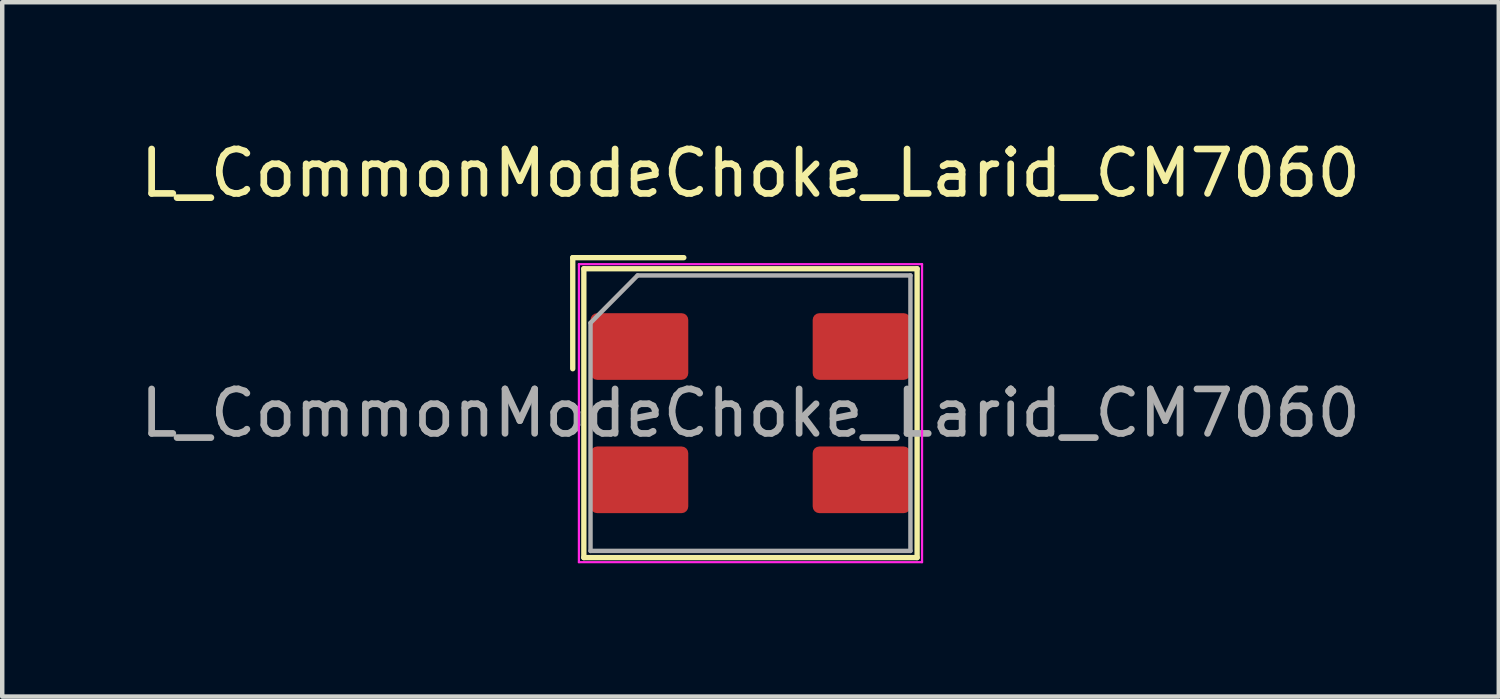
<source format=kicad_pcb>
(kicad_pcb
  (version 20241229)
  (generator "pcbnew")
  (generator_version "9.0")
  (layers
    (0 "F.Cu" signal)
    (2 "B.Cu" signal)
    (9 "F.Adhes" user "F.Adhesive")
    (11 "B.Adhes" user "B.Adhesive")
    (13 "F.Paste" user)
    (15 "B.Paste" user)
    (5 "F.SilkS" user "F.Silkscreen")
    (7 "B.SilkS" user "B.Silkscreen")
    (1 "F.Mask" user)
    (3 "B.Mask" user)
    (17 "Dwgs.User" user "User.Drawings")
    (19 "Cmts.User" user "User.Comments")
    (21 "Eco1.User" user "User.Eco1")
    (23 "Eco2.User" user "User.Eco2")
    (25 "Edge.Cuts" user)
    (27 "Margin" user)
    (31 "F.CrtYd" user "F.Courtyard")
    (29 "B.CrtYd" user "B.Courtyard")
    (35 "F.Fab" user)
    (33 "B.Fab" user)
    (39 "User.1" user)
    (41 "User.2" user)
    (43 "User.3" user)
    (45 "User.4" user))
  (footprint "L_CommonModeChoke_Larid_CM7060"
    (layer "F.Cu")
    (at 13.839 6.248)
    (property "Reference" "L_CommonModeChoke_Larid_CM7060" (at 0 -5.4 0) (layer "F.SilkS") (effects (font (size 1 1) (thickness 0.15))))
    (attr smd)
    (fp_line (start -4 -1) (end -4 -3.5) (stroke (width 0.12) (type solid)) (layer "F.SilkS"))
    (fp_line (start -3.75 3.25) (end -3.75 -3.25) (stroke (width 0.12) (type solid)) (layer "F.SilkS"))
    (fp_line (start -1.5 -3.5) (end -4 -3.5) (stroke (width 0.12) (type solid)) (layer "F.SilkS"))
    (fp_line (start 3.75 -3.25) (end -3.75 -3.25) (stroke (width 0.12) (type solid)) (layer "F.SilkS"))
    (fp_line (start 3.75 3.25) (end -3.75 3.25) (stroke (width 0.12) (type solid)) (layer "F.SilkS"))
    (fp_line (start 3.75 3.25) (end 3.75 -3.25) (stroke (width 0.12) (type solid)) (layer "F.SilkS"))
    (fp_line (start -3.861 3.353) (end -3.861 -3.353) (stroke (width 0.05) (type solid)) (layer "F.CrtYd"))
    (fp_line (start 3.861 -3.353) (end -3.861 -3.353) (stroke (width 0.05) (type solid)) (layer "F.CrtYd"))
    (fp_line (start 3.861 3.353) (end -3.861 3.353) (stroke (width 0.05) (type solid)) (layer "F.CrtYd"))
    (fp_line (start 3.861 3.353) (end 3.861 -3.353) (stroke (width 0.05) (type solid)) (layer "F.CrtYd"))
    (fp_line (start -3.6 -2.032) (end -3.6 3.1) (stroke (width 0.1) (type solid)) (layer "F.Fab"))
    (fp_line (start -3.6 3.1) (end 3.6 3.1) (stroke (width 0.1) (type solid)) (layer "F.Fab"))
    (fp_line (start -2.54 -3.1) (end -3.6 -2.032) (stroke (width 0.1) (type solid)) (layer "F.Fab"))
    (fp_line (start 3.6 -3.1) (end -2.54 -3.1) (stroke (width 0.1) (type solid)) (layer "F.Fab"))
    (fp_line (start 3.6 -3.1) (end 3.6 3.1) (stroke (width 0.1) (type solid)) (layer "F.Fab"))
    (fp_text user "${REFERENCE}" (at 0 0 0) (layer "F.Fab") (effects (font (size 1 1) (thickness 0.15))))
    (pad "1" smd roundrect (at -2.5 -1.5 180) (size 2.2 1.5) (layers "F.Cu" "F.Mask" "F.Paste") (roundrect_rratio 0.1))
    (pad "2" smd roundrect (at -2.5 1.5 180) (size 2.2 1.5) (layers "F.Cu" "F.Mask" "F.Paste") (roundrect_rratio 0.1))
    (pad "3" smd roundrect (at 2.5 1.5 180) (size 2.2 1.5) (layers "F.Cu" "F.Mask" "F.Paste") (roundrect_rratio 0.1))
    (pad "4" smd roundrect (at 2.5 -1.5 180) (size 2.2 1.5) (layers "F.Cu" "F.Mask" "F.Paste") (roundrect_rratio 0.1)))
  (gr_rect
    (start -3 -3)
    (end 30.679 12.626)
    (stroke (width 0.1) (type default))
    (fill no)
    (layer "Edge.Cuts")))
</source>
